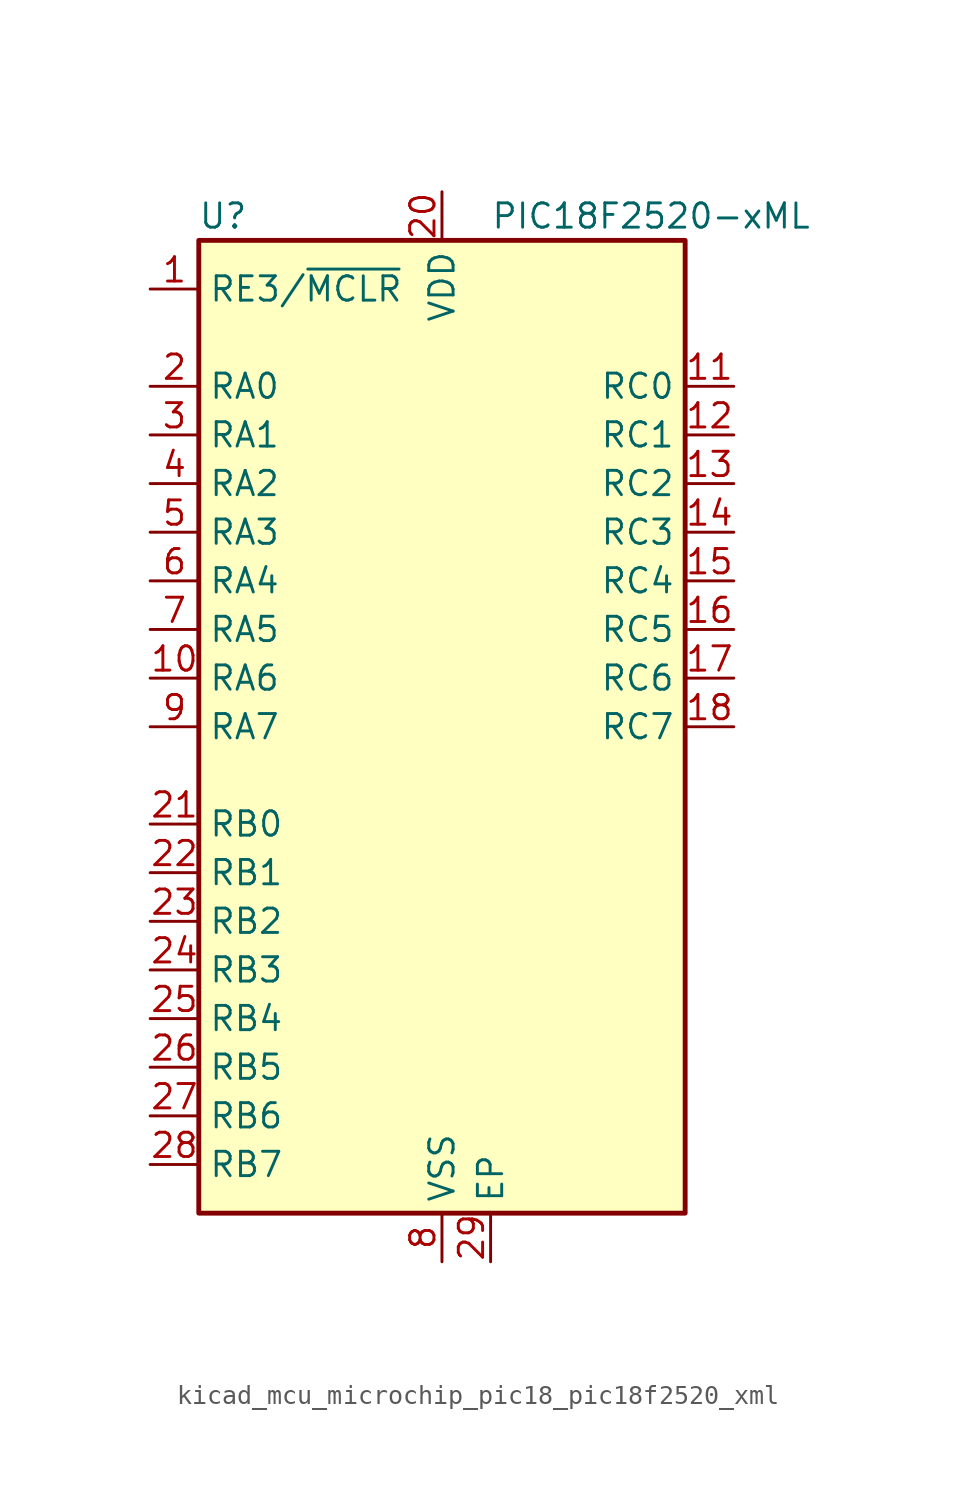
<source format=kicad_sym>
(kicad_symbol_lib
  (version 20220914)
  (generator kicad_symbol_editor)
  (symbol "kicad_mcu_microchip_pic18_pic18f2520_xml"
    (property "Reference" "U"
      (at -11.43 26.67 0)
      (effects (font (size 1.27 1.27))))
    (property "Value" "PIC18F2520-xML"
      (at 2.54 26.67 0)
      (effects (font (size 1.27 1.27)) (justify left)))
    (symbol "kicad_mcu_microchip_pic18_pic18f2520_xml_0_1"
      (rectangle (start -12.7 25.4) (end 12.7 -25.4) (stroke (width 0.254) (type default)) (fill (type background))))
    (symbol "kicad_mcu_microchip_pic18_pic18f2520_xml_1_1"
      (pin input line (at -15.24 22.86 0) (length 2.54) (name "RE3/~{MCLR}" (effects (font (size 1.27 1.27)))) (number "1" (effects (font (size 1.27 1.27)))))
      (pin bidirectional line (at -15.24 2.54 0) (length 2.54) (name "RA6" (effects (font (size 1.27 1.27)))) (number "10" (effects (font (size 1.27 1.27)))))
      (pin bidirectional line (at 15.24 17.78 180) (length 2.54) (name "RC0" (effects (font (size 1.27 1.27)))) (number "11" (effects (font (size 1.27 1.27)))))
      (pin bidirectional line (at 15.24 15.24 180) (length 2.54) (name "RC1" (effects (font (size 1.27 1.27)))) (number "12" (effects (font (size 1.27 1.27)))))
      (pin bidirectional line (at 15.24 12.7 180) (length 2.54) (name "RC2" (effects (font (size 1.27 1.27)))) (number "13" (effects (font (size 1.27 1.27)))))
      (pin bidirectional line (at 15.24 10.16 180) (length 2.54) (name "RC3" (effects (font (size 1.27 1.27)))) (number "14" (effects (font (size 1.27 1.27)))))
      (pin bidirectional line (at 15.24 7.62 180) (length 2.54) (name "RC4" (effects (font (size 1.27 1.27)))) (number "15" (effects (font (size 1.27 1.27)))))
      (pin bidirectional line (at 15.24 5.08 180) (length 2.54) (name "RC5" (effects (font (size 1.27 1.27)))) (number "16" (effects (font (size 1.27 1.27)))))
      (pin bidirectional line (at 15.24 2.54 180) (length 2.54) (name "RC6" (effects (font (size 1.27 1.27)))) (number "17" (effects (font (size 1.27 1.27)))))
      (pin bidirectional line (at 15.24 0 180) (length 2.54) (name "RC7" (effects (font (size 1.27 1.27)))) (number "18" (effects (font (size 1.27 1.27)))))
      (pin passive line (at 0 -27.94 90) (length 2.54) hide (name "VSS" (effects (font (size 1.27 1.27)))) (number "19" (effects (font (size 1.27 1.27)))))
      (pin bidirectional line (at -15.24 17.78 0) (length 2.54) (name "RA0" (effects (font (size 1.27 1.27)))) (number "2" (effects (font (size 1.27 1.27)))))
      (pin power_in line (at 0 27.94 270) (length 2.54) (name "VDD" (effects (font (size 1.27 1.27)))) (number "20" (effects (font (size 1.27 1.27)))))
      (pin bidirectional line (at -15.24 -5.08 0) (length 2.54) (name "RB0" (effects (font (size 1.27 1.27)))) (number "21" (effects (font (size 1.27 1.27)))))
      (pin bidirectional line (at -15.24 -7.62 0) (length 2.54) (name "RB1" (effects (font (size 1.27 1.27)))) (number "22" (effects (font (size 1.27 1.27)))))
      (pin bidirectional line (at -15.24 -10.16 0) (length 2.54) (name "RB2" (effects (font (size 1.27 1.27)))) (number "23" (effects (font (size 1.27 1.27)))))
      (pin bidirectional line (at -15.24 -12.7 0) (length 2.54) (name "RB3" (effects (font (size 1.27 1.27)))) (number "24" (effects (font (size 1.27 1.27)))))
      (pin bidirectional line (at -15.24 -15.24 0) (length 2.54) (name "RB4" (effects (font (size 1.27 1.27)))) (number "25" (effects (font (size 1.27 1.27)))))
      (pin bidirectional line (at -15.24 -17.78 0) (length 2.54) (name "RB5" (effects (font (size 1.27 1.27)))) (number "26" (effects (font (size 1.27 1.27)))))
      (pin bidirectional line (at -15.24 -20.32 0) (length 2.54) (name "RB6" (effects (font (size 1.27 1.27)))) (number "27" (effects (font (size 1.27 1.27)))))
      (pin bidirectional line (at -15.24 -22.86 0) (length 2.54) (name "RB7" (effects (font (size 1.27 1.27)))) (number "28" (effects (font (size 1.27 1.27)))))
      (pin passive line (at 2.54 -27.94 90) (length 2.54) (name "EP" (effects (font (size 1.27 1.27)))) (number "29" (effects (font (size 1.27 1.27)))))
      (pin bidirectional line (at -15.24 15.24 0) (length 2.54) (name "RA1" (effects (font (size 1.27 1.27)))) (number "3" (effects (font (size 1.27 1.27)))))
      (pin bidirectional line (at -15.24 12.7 0) (length 2.54) (name "RA2" (effects (font (size 1.27 1.27)))) (number "4" (effects (font (size 1.27 1.27)))))
      (pin bidirectional line (at -15.24 10.16 0) (length 2.54) (name "RA3" (effects (font (size 1.27 1.27)))) (number "5" (effects (font (size 1.27 1.27)))))
      (pin bidirectional line (at -15.24 7.62 0) (length 2.54) (name "RA4" (effects (font (size 1.27 1.27)))) (number "6" (effects (font (size 1.27 1.27)))))
      (pin bidirectional line (at -15.24 5.08 0) (length 2.54) (name "RA5" (effects (font (size 1.27 1.27)))) (number "7" (effects (font (size 1.27 1.27)))))
      (pin power_in line (at 0 -27.94 90) (length 2.54) (name "VSS" (effects (font (size 1.27 1.27)))) (number "8" (effects (font (size 1.27 1.27)))))
      (pin bidirectional line (at -15.24 0 0) (length 2.54) (name "RA7" (effects (font (size 1.27 1.27)))) (number "9" (effects (font (size 1.27 1.27))))))))
</source>
